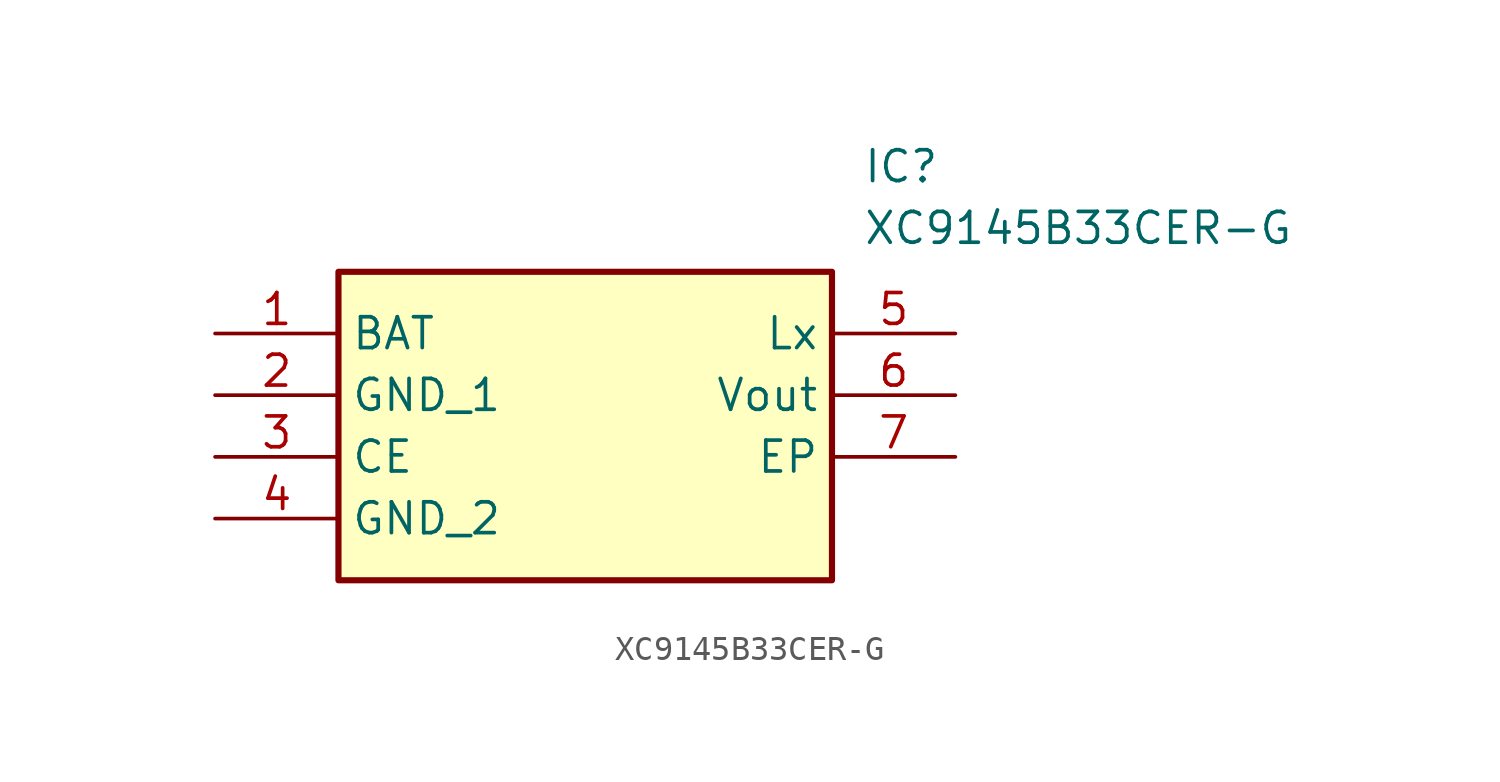
<source format=kicad_sym>
(kicad_symbol_lib
  (version 20211014)
  (generator SamacSys_ECAD_Model)
  (symbol "XC9145B33CER-G"
    (property "Reference" "IC"
      (at 26.67 7.62 0)
      (effects (font (size 1.27 1.27)) (justify left top)))
    (property "Value" "XC9145B33CER-G"
      (at 26.67 5.08 0)
      (effects (font (size 1.27 1.27)) (justify left top)))
    (rectangle
      (start 5.08 2.54)
      (end 25.4 -10.16)
      (stroke (width 0.254) (type default))
      (fill (type background)))
    (pin passive line
      (at 0 0 0)
      (length 5.08)
      (name "BAT" (effects (font (size 1.27 1.27))))
      (number "1" (effects (font (size 1.27 1.27)))))
    (pin passive line
      (at 0 -2.54 0)
      (length 5.08)
      (name "GND_1" (effects (font (size 1.27 1.27))))
      (number "2" (effects (font (size 1.27 1.27)))))
    (pin passive line
      (at 0 -5.08 0)
      (length 5.08)
      (name "CE" (effects (font (size 1.27 1.27))))
      (number "3" (effects (font (size 1.27 1.27)))))
    (pin passive line
      (at 0 -7.62 0)
      (length 5.08)
      (name "GND_2" (effects (font (size 1.27 1.27))))
      (number "4" (effects (font (size 1.27 1.27)))))
    (pin passive line
      (at 30.48 0 180)
      (length 5.08)
      (name "Lx" (effects (font (size 1.27 1.27))))
      (number "5" (effects (font (size 1.27 1.27)))))
    (pin passive line
      (at 30.48 -2.54 180)
      (length 5.08)
      (name "Vout" (effects (font (size 1.27 1.27))))
      (number "6" (effects (font (size 1.27 1.27)))))
    (pin passive line
      (at 30.48 -5.08 180)
      (length 5.08)
      (name "EP" (effects (font (size 1.27 1.27))))
      (number "7" (effects (font (size 1.27 1.27)))))))
</source>
